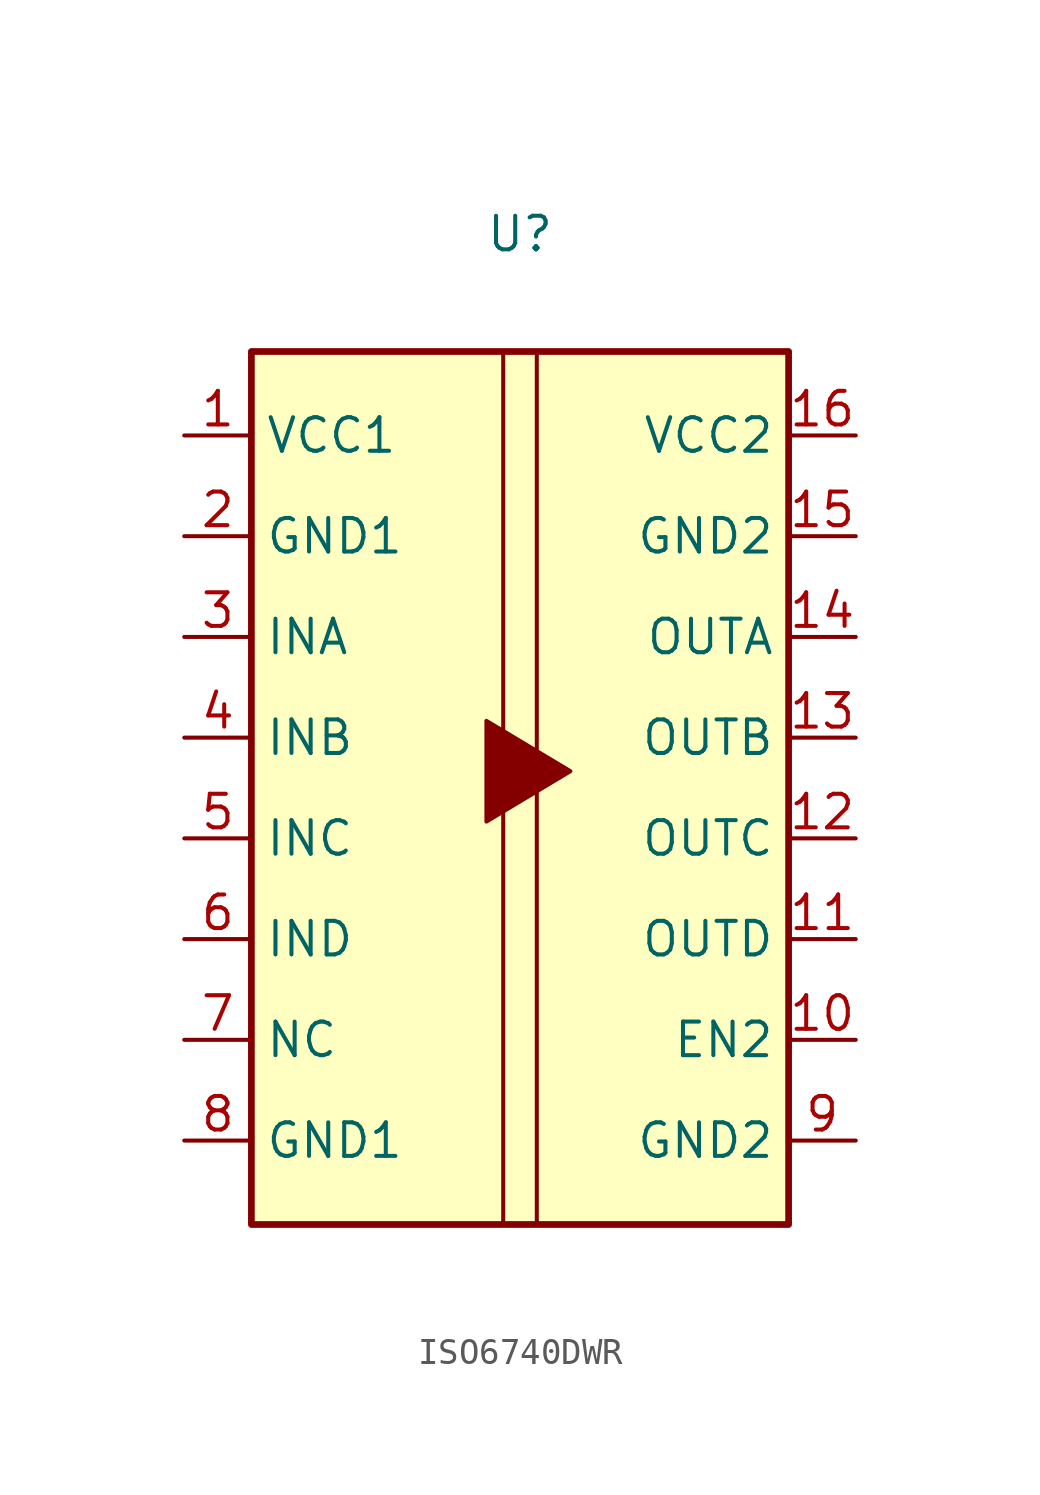
<source format=kicad_sym>
(kicad_symbol_lib
  (version 20231120)
  (generator "kicad_symbol_editor")
  (generator_version "8.0")
  (symbol "ISO6740DWR"
    (property "Reference" "U"
      (at 0 20.32 0)
      (effects (font (size 1.27 1.27))))
    (property "Value" ""
      (at 0 0 0)
      (effects (font (size 1.27 1.27))))
    (symbol "ISO6740DWR_0_1"
      (polyline (pts (xy -0.635 15.875) (xy -0.635 -17.145)) (stroke (width 0) (type default)) (fill (type none)))
      (polyline (pts (xy 0.635 -17.145) (xy 0.635 -17.145)) (stroke (width 0) (type default)) (fill (type none)))
      (polyline (pts (xy 0.635 -17.145) (xy 0.635 15.875)) (stroke (width 0) (type default)) (fill (type none))))
    (symbol "ISO6740DWR_1_1"
      (rectangle (start -10.16 15.875) (end 10.16 -17.145) (stroke (width 0.254) (type default)) (fill (type background)))
      (polyline (pts (xy -1.27 1.905) (xy -1.27 -1.905) (xy 1.905 0) (xy -1.27 1.905)) (stroke (width 0) (type default)) (fill (type outline)))
      (pin power_in line (at -12.7 12.7 0) (length 2.54) (name "VCC1" (effects (font (size 1.27 1.27)))) (number "1" (effects (font (size 1.27 1.27)))))
      (pin input line (at 12.7 -10.16 180) (length 2.54) (name "EN2" (effects (font (size 1.27 1.27)))) (number "10" (effects (font (size 1.27 1.27)))))
      (pin input line (at 12.7 -6.35 180) (length 2.54) (name "OUTD" (effects (font (size 1.27 1.27)))) (number "11" (effects (font (size 1.27 1.27)))))
      (pin input line (at 12.7 -2.54 180) (length 2.54) (name "OUTC" (effects (font (size 1.27 1.27)))) (number "12" (effects (font (size 1.27 1.27)))))
      (pin input line (at 12.7 1.27 180) (length 2.54) (name "OUTB" (effects (font (size 1.27 1.27)))) (number "13" (effects (font (size 1.27 1.27)))))
      (pin input line (at 12.7 5.08 180) (length 2.54) (name "OUTA" (effects (font (size 1.27 1.27)))) (number "14" (effects (font (size 1.27 1.27)))))
      (pin power_in line (at 12.7 8.89 180) (length 2.54) (name "GND2" (effects (font (size 1.27 1.27)))) (number "15" (effects (font (size 1.27 1.27)))))
      (pin power_in line (at 12.7 12.7 180) (length 2.54) (name "VCC2" (effects (font (size 1.27 1.27)))) (number "16" (effects (font (size 1.27 1.27)))))
      (pin power_in line (at -12.7 8.89 0) (length 2.54) (name "GND1" (effects (font (size 1.27 1.27)))) (number "2" (effects (font (size 1.27 1.27)))))
      (pin input line (at -12.7 5.08 0) (length 2.54) (name "INA" (effects (font (size 1.27 1.27)))) (number "3" (effects (font (size 1.27 1.27)))))
      (pin input line (at -12.7 1.27 0) (length 2.54) (name "INB" (effects (font (size 1.27 1.27)))) (number "4" (effects (font (size 1.27 1.27)))))
      (pin input line (at -12.7 -2.54 0) (length 2.54) (name "INC" (effects (font (size 1.27 1.27)))) (number "5" (effects (font (size 1.27 1.27)))))
      (pin input line (at -12.7 -6.35 0) (length 2.54) (name "IND" (effects (font (size 1.27 1.27)))) (number "6" (effects (font (size 1.27 1.27)))))
      (pin input line (at -12.7 -10.16 0) (length 2.54) (name "NC" (effects (font (size 1.27 1.27)))) (number "7" (effects (font (size 1.27 1.27)))))
      (pin power_in line (at -12.7 -13.97 0) (length 2.54) (name "GND1" (effects (font (size 1.27 1.27)))) (number "8" (effects (font (size 1.27 1.27)))))
      (pin power_in line (at 12.7 -13.97 180) (length 2.54) (name "GND2" (effects (font (size 1.27 1.27)))) (number "9" (effects (font (size 1.27 1.27))))))))
</source>
